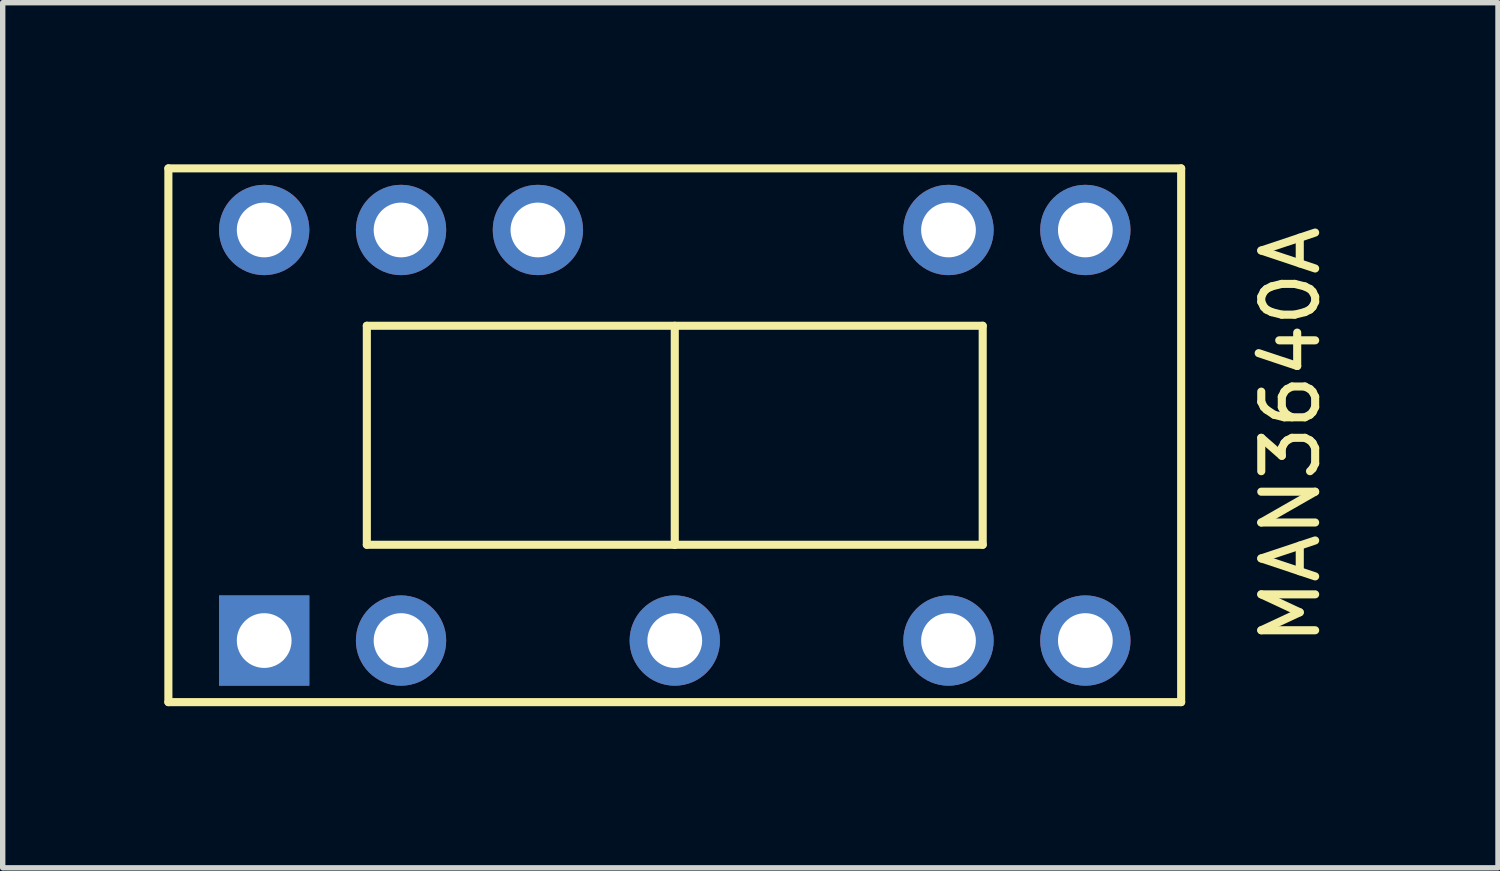
<source format=kicad_pcb>
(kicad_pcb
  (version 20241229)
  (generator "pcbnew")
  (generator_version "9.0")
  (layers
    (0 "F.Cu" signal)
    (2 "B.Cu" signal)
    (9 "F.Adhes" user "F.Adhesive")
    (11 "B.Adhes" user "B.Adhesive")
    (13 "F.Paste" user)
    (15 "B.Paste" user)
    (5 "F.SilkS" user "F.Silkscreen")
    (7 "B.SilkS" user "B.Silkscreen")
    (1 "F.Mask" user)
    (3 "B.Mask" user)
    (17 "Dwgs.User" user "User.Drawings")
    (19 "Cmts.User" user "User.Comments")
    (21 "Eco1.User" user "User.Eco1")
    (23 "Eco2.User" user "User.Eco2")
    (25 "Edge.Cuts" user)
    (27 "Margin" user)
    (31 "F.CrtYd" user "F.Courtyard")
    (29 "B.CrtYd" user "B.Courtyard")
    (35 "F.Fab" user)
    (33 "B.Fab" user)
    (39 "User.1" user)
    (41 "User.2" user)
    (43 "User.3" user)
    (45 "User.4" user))
  (footprint "MAN3640A"
    (layer "F.Cu")
    (at 9.473 5.028)
    (property "Reference" "MAN3640A" (at 11.43 0 90) (layer "F.SilkS") (effects (font (size 1 1) (thickness 0.15))))
    (attr through_hole)
    (fp_line (start -9.398 -4.953) (end -9.398 4.953) (stroke (width 0.15) (type solid)) (layer "F.SilkS"))
    (fp_line (start -9.398 4.953) (end 9.398 4.953) (stroke (width 0.15) (type solid)) (layer "F.SilkS"))
    (fp_line (start -5.715 -2.032) (end 5.715 -2.032) (stroke (width 0.15) (type solid)) (layer "F.SilkS"))
    (fp_line (start -5.715 2.032) (end -5.715 -2.032) (stroke (width 0.15) (type solid)) (layer "F.SilkS"))
    (fp_line (start 0 2.032) (end -5.715 2.032) (stroke (width 0.15) (type solid)) (layer "F.SilkS"))
    (fp_line (start 0 2.032) (end 0 -2.032) (stroke (width 0.15) (type solid)) (layer "F.SilkS"))
    (fp_line (start 5.715 -2.032) (end 5.715 2.032) (stroke (width 0.15) (type solid)) (layer "F.SilkS"))
    (fp_line (start 5.715 2.032) (end 0 2.032) (stroke (width 0.15) (type solid)) (layer "F.SilkS"))
    (fp_line (start 9.398 -4.953) (end -9.398 -4.953) (stroke (width 0.15) (type solid)) (layer "F.SilkS"))
    (fp_line (start 9.398 4.953) (end 9.398 -4.953) (stroke (width 0.15) (type solid)) (layer "F.SilkS"))
    (pad "1" thru_hole rect (at -7.62 3.81) (size 1.676 1.676) (drill 1.016) (layers "*.Cu" "*.Mask"))
    (pad "2" thru_hole circle (at -5.08 3.81) (size 1.676 1.676) (drill 1.016) (layers "*.Cu" "*.Mask"))
    (pad "4" thru_hole circle (at 0 3.81) (size 1.676 1.676) (drill 1.016) (layers "*.Cu" "*.Mask"))
    (pad "6" thru_hole circle (at 5.08 3.81) (size 1.676 1.676) (drill 1.016) (layers "*.Cu" "*.Mask"))
    (pad "7" thru_hole circle (at 7.62 3.81) (size 1.676 1.676) (drill 1.016) (layers "*.Cu" "*.Mask"))
    (pad "8" thru_hole circle (at 7.62 -3.81) (size 1.676 1.676) (drill 1.016) (layers "*.Cu" "*.Mask"))
    (pad "9" thru_hole circle (at 5.08 -3.81) (size 1.676 1.676) (drill 1.016) (layers "*.Cu" "*.Mask"))
    (pad "12" thru_hole circle (at -2.54 -3.81) (size 1.676 1.676) (drill 1.016) (layers "*.Cu" "*.Mask"))
    (pad "13" thru_hole circle (at -5.08 -3.81) (size 1.676 1.676) (drill 1.016) (layers "*.Cu" "*.Mask"))
    (pad "14" thru_hole circle (at -7.62 -3.81) (size 1.676 1.676) (drill 1.016) (layers "*.Cu" "*.Mask")))
  (gr_rect
    (start -3 -3)
    (end 24.751 13.056)
    (stroke (width 0.1) (type default))
    (fill no)
    (layer "Edge.Cuts")))
</source>
